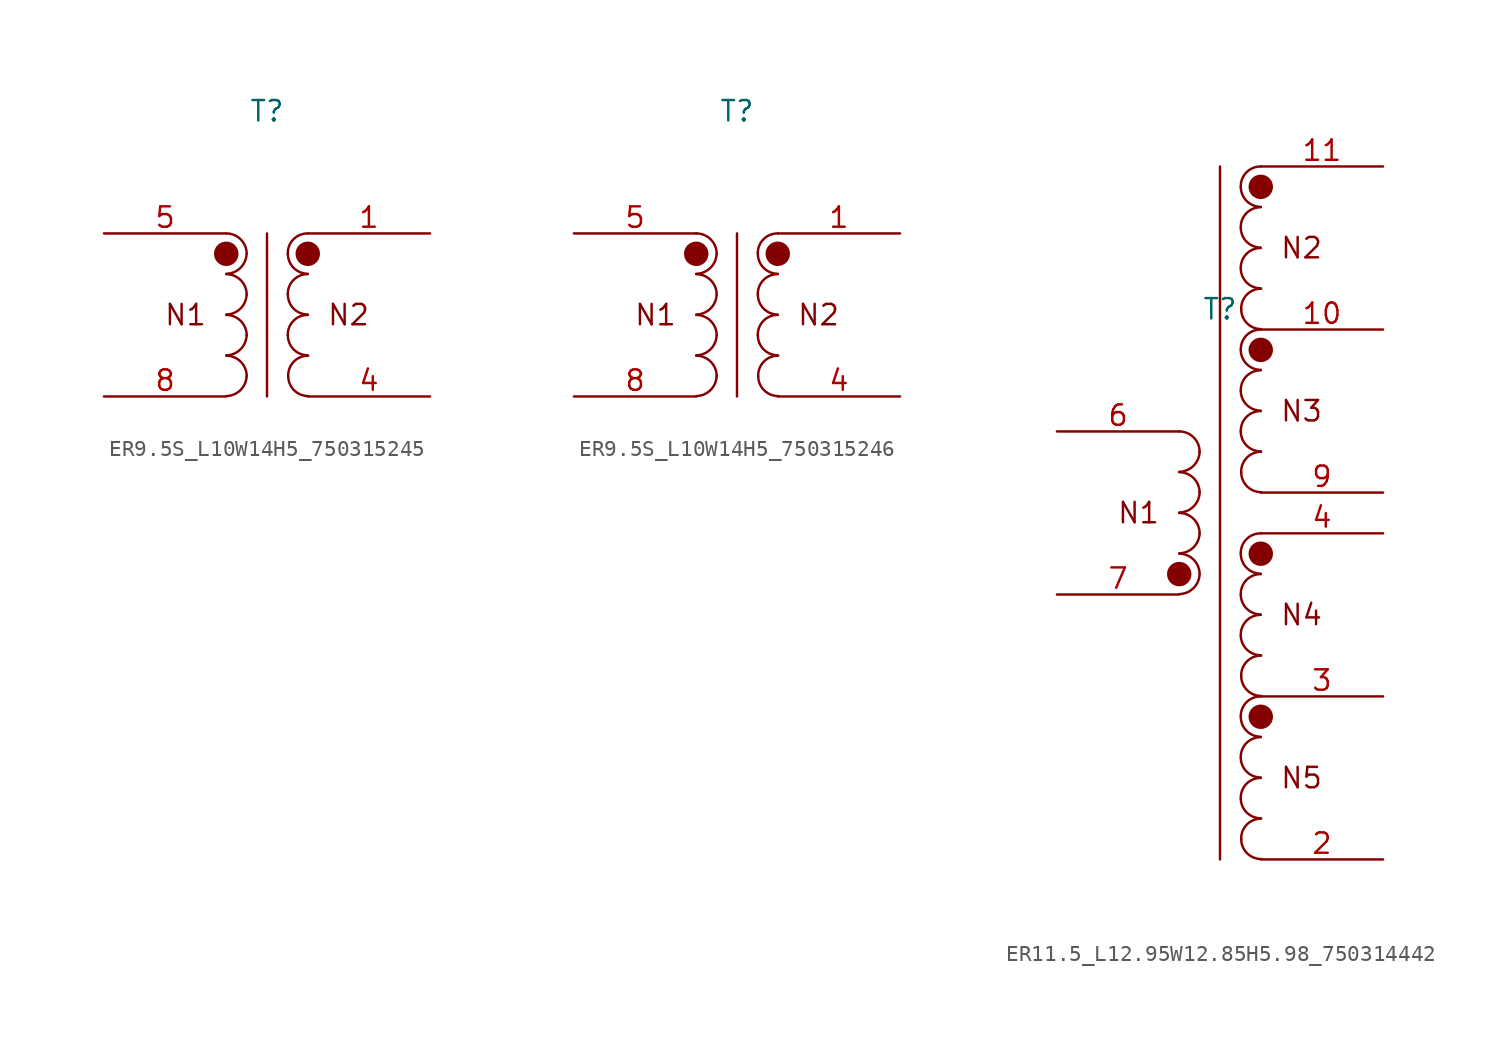
<source format=kicad_sym>
(kicad_symbol_lib
  (version 20220914)
  (generator kicad_symbol_editor)
  (symbol "ER9.5S_L10W14H5_750315245"
    (pin_names hide)
    (property "Reference" "T"
      (at 0 12.7 0)
      (effects (font (size 1.27 1.27))))
    (symbol "ER9.5S_L10W14H5_750315245_0_1"
      (arc (start -2.54 -5.0546) (mid -1.6599 -4.6901) (end -1.27 -3.81) (stroke (width 0) (type default)) (fill (type none)))
      (arc (start -2.54 -2.5146) (mid -1.6599 -2.1501) (end -1.27 -1.27) (stroke (width 0) (type default)) (fill (type none)))
      (arc (start -2.54 0.0254) (mid -1.6599 0.3899) (end -1.27 1.27) (stroke (width 0) (type default)) (fill (type none)))
      (arc (start -2.54 2.5654) (mid -1.6599 2.9299) (end -1.27 3.81) (stroke (width 0) (type default)) (fill (type none)))
      (arc (start -1.27 -3.81) (mid -1.642 -2.912) (end -2.54 -2.54) (stroke (width 0) (type default)) (fill (type none)))
      (arc (start -1.27 -1.27) (mid -1.642 -0.372) (end -2.54 0) (stroke (width 0) (type default)) (fill (type none)))
      (arc (start -1.27 1.27) (mid -1.642 2.168) (end -2.54 2.54) (stroke (width 0) (type default)) (fill (type none)))
      (arc (start -1.27 3.81) (mid -1.642 4.708) (end -2.54 5.08) (stroke (width 0) (type default)) (fill (type none)))
      (polyline (pts (xy 0 5.08) (xy 0 -5.08)) (stroke (width 0) (type default)) (fill (type none)))
      (arc (start 1.2954 -1.27) (mid 1.6599 -2.1501) (end 2.54 -2.5146) (stroke (width 0) (type default)) (fill (type none)))
      (arc (start 1.2954 1.27) (mid 1.6599 0.3899) (end 2.54 0.0254) (stroke (width 0) (type default)) (fill (type none)))
      (arc (start 1.2954 3.81) (mid 1.6599 2.9299) (end 2.54 2.5654) (stroke (width 0) (type default)) (fill (type none)))
      (arc (start 1.3208 -3.81) (mid 1.6853 -4.6901) (end 2.5654 -5.0546) (stroke (width 0) (type default)) (fill (type none)))
      (arc (start 2.54 0) (mid 1.642 -0.372) (end 1.2954 -1.27) (stroke (width 0) (type default)) (fill (type none)))
      (arc (start 2.54 2.54) (mid 1.642 2.168) (end 1.2954 1.27) (stroke (width 0) (type default)) (fill (type none)))
      (arc (start 2.54 5.08) (mid 1.642 4.708) (end 1.2954 3.81) (stroke (width 0) (type default)) (fill (type none)))
      (arc (start 2.5654 -2.54) (mid 1.6674 -2.912) (end 1.3208 -3.81) (stroke (width 0) (type default)) (fill (type none))))
    (symbol "ER9.5S_L10W14H5_750315245_1_1"
      (circle (center -2.54 3.81) (radius 0.0001) (stroke (width 0.762) (type default)) (fill (type none)))
      (circle (center 2.54 3.81) (radius 0.0001) (stroke (width 0.762) (type default)) (fill (type none)))
      (text "N1" (at -5.08 0 0) (effects (font (size 1.27 1.27))))
      (text "N2" (at 5.08 0 0) (effects (font (size 1.27 1.27))))
      (pin passive line (at 10.16 5.08 180) (length 7.62) (name "1" (effects (font (size 1.27 1.27)))) (number "1" (effects (font (size 1.27 1.27)))))
      (pin passive line (at 10.16 -5.08 180) (length 7.62) (name "4" (effects (font (size 1.27 1.27)))) (number "4" (effects (font (size 1.27 1.27)))))
      (pin passive line (at -10.16 5.08 0) (length 7.62) (name "5" (effects (font (size 1.27 1.27)))) (number "5" (effects (font (size 1.27 1.27)))))
      (pin passive line (at -10.16 -5.08 0) (length 7.62) (name "8" (effects (font (size 1.27 1.27)))) (number "8" (effects (font (size 1.27 1.27)))))))
  (symbol "ER9.5S_L10W14H5_750315246"
    (pin_names hide)
    (property "Reference" "T"
      (at 0 12.7 0)
      (effects (font (size 1.27 1.27))))
    (symbol "ER9.5S_L10W14H5_750315246_0_1"
      (arc (start -2.54 -5.0546) (mid -1.6599 -4.6901) (end -1.27 -3.81) (stroke (width 0) (type default)) (fill (type none)))
      (arc (start -2.54 -2.5146) (mid -1.6599 -2.1501) (end -1.27 -1.27) (stroke (width 0) (type default)) (fill (type none)))
      (arc (start -2.54 0.0254) (mid -1.6599 0.3899) (end -1.27 1.27) (stroke (width 0) (type default)) (fill (type none)))
      (arc (start -2.54 2.5654) (mid -1.6599 2.9299) (end -1.27 3.81) (stroke (width 0) (type default)) (fill (type none)))
      (arc (start -1.27 -3.81) (mid -1.642 -2.912) (end -2.54 -2.54) (stroke (width 0) (type default)) (fill (type none)))
      (arc (start -1.27 -1.27) (mid -1.642 -0.372) (end -2.54 0) (stroke (width 0) (type default)) (fill (type none)))
      (arc (start -1.27 1.27) (mid -1.642 2.168) (end -2.54 2.54) (stroke (width 0) (type default)) (fill (type none)))
      (arc (start -1.27 3.81) (mid -1.642 4.708) (end -2.54 5.08) (stroke (width 0) (type default)) (fill (type none)))
      (polyline (pts (xy 0 5.08) (xy 0 -5.08)) (stroke (width 0) (type default)) (fill (type none)))
      (arc (start 1.2954 -1.27) (mid 1.6599 -2.1501) (end 2.54 -2.5146) (stroke (width 0) (type default)) (fill (type none)))
      (arc (start 1.2954 1.27) (mid 1.6599 0.3899) (end 2.54 0.0254) (stroke (width 0) (type default)) (fill (type none)))
      (arc (start 1.2954 3.81) (mid 1.6599 2.9299) (end 2.54 2.5654) (stroke (width 0) (type default)) (fill (type none)))
      (arc (start 1.3208 -3.81) (mid 1.6853 -4.6901) (end 2.5654 -5.0546) (stroke (width 0) (type default)) (fill (type none)))
      (arc (start 2.54 0) (mid 1.642 -0.372) (end 1.2954 -1.27) (stroke (width 0) (type default)) (fill (type none)))
      (arc (start 2.54 2.54) (mid 1.642 2.168) (end 1.2954 1.27) (stroke (width 0) (type default)) (fill (type none)))
      (arc (start 2.54 5.08) (mid 1.642 4.708) (end 1.2954 3.81) (stroke (width 0) (type default)) (fill (type none)))
      (arc (start 2.5654 -2.54) (mid 1.6674 -2.912) (end 1.3208 -3.81) (stroke (width 0) (type default)) (fill (type none))))
    (symbol "ER9.5S_L10W14H5_750315246_1_1"
      (circle (center -2.54 3.81) (radius 0.0001) (stroke (width 0.762) (type default)) (fill (type none)))
      (circle (center 2.54 3.81) (radius 0.0001) (stroke (width 0.762) (type default)) (fill (type none)))
      (text "N1" (at -5.08 0 0) (effects (font (size 1.27 1.27))))
      (text "N2" (at 5.08 0 0) (effects (font (size 1.27 1.27))))
      (pin passive line (at 10.16 5.08 180) (length 7.62) (name "1" (effects (font (size 1.27 1.27)))) (number "1" (effects (font (size 1.27 1.27)))))
      (pin passive line (at 10.16 -5.08 180) (length 7.62) (name "4" (effects (font (size 1.27 1.27)))) (number "4" (effects (font (size 1.27 1.27)))))
      (pin passive line (at -10.16 5.08 0) (length 7.62) (name "5" (effects (font (size 1.27 1.27)))) (number "5" (effects (font (size 1.27 1.27)))))
      (pin passive line (at -10.16 -5.08 0) (length 7.62) (name "8" (effects (font (size 1.27 1.27)))) (number "8" (effects (font (size 1.27 1.27)))))))
  (symbol "ER11.5_L12.95W12.85H5.98_750314442"
    (pin_names hide)
    (property "Reference" "T"
      (at 0 12.7 0)
      (effects (font (size 1.27 1.27))))
    (symbol "ER11.5_L12.95W12.85H5.98_750314442_0_1"
      (arc (start -2.54 -5.0546) (mid -1.6561 -4.6863) (end -1.27 -3.81) (stroke (width 0) (type default)) (fill (type none)))
      (arc (start -2.54 -2.5146) (mid -1.6561 -2.1463) (end -1.27 -1.27) (stroke (width 0) (type default)) (fill (type none)))
      (arc (start -2.54 0.0254) (mid -1.6561 0.3937) (end -1.27 1.27) (stroke (width 0) (type default)) (fill (type none)))
      (arc (start -2.54 2.5654) (mid -1.6561 2.9337) (end -1.27 3.81) (stroke (width 0) (type default)) (fill (type none)))
      (arc (start -1.27 -3.81) (mid -1.642 -2.912) (end -2.54 -2.54) (stroke (width 0) (type default)) (fill (type none)))
      (arc (start -1.27 -1.27) (mid -1.642 -0.372) (end -2.54 0) (stroke (width 0) (type default)) (fill (type none)))
      (arc (start -1.27 1.27) (mid -1.642 2.168) (end -2.54 2.54) (stroke (width 0) (type default)) (fill (type none)))
      (arc (start -1.27 3.81) (mid -1.642 4.708) (end -2.54 5.08) (stroke (width 0) (type default)) (fill (type none)))
      (polyline (pts (xy 0 21.59) (xy 0 -21.59)) (stroke (width 0) (type default)) (fill (type none)))
      (arc (start 1.2954 -17.78) (mid 1.6599 -18.6601) (end 2.54 -19.0246) (stroke (width 0) (type default)) (fill (type none)))
      (arc (start 1.2954 -15.24) (mid 1.6599 -16.1201) (end 2.54 -16.4846) (stroke (width 0) (type default)) (fill (type none)))
      (arc (start 1.2954 -12.7) (mid 1.6599 -13.5801) (end 2.54 -13.9446) (stroke (width 0) (type default)) (fill (type none)))
      (arc (start 1.2954 -7.62) (mid 1.6599 -8.5001) (end 2.54 -8.8646) (stroke (width 0) (type default)) (fill (type none)))
      (arc (start 1.2954 -5.08) (mid 1.6599 -5.9601) (end 2.54 -6.3246) (stroke (width 0) (type default)) (fill (type none)))
      (arc (start 1.2954 -2.54) (mid 1.6599 -3.4201) (end 2.54 -3.7846) (stroke (width 0) (type default)) (fill (type none)))
      (arc (start 1.2954 5.08) (mid 1.6599 4.1999) (end 2.54 3.8354) (stroke (width 0) (type default)) (fill (type none)))
      (arc (start 1.2954 7.62) (mid 1.6599 6.7399) (end 2.54 6.3754) (stroke (width 0) (type default)) (fill (type none)))
      (arc (start 1.2954 10.16) (mid 1.6599 9.2799) (end 2.54 8.9154) (stroke (width 0) (type default)) (fill (type none)))
      (arc (start 1.2954 15.24) (mid 1.6599 14.3599) (end 2.54 13.9954) (stroke (width 0) (type default)) (fill (type none)))
      (arc (start 1.2954 17.78) (mid 1.6599 16.8999) (end 2.54 16.5354) (stroke (width 0) (type default)) (fill (type none)))
      (arc (start 1.2954 20.32) (mid 1.6599 19.4399) (end 2.54 19.0754) (stroke (width 0) (type default)) (fill (type none)))
      (arc (start 1.3208 -20.32) (mid 1.6855 -21.1999) (end 2.5654 -21.5646) (stroke (width 0) (type default)) (fill (type none)))
      (arc (start 1.3208 -10.16) (mid 1.6855 -11.0399) (end 2.5654 -11.4046) (stroke (width 0) (type default)) (fill (type none)))
      (arc (start 1.3208 2.54) (mid 1.6854 1.6601) (end 2.5654 1.2954) (stroke (width 0) (type default)) (fill (type none)))
      (arc (start 1.3208 12.7) (mid 1.6854 11.8201) (end 2.5654 11.4554) (stroke (width 0) (type default)) (fill (type none)))
      (arc (start 2.54 -16.51) (mid 1.6458 -16.8785) (end 1.2954 -17.78) (stroke (width 0) (type default)) (fill (type none)))
      (arc (start 2.54 -13.97) (mid 1.6458 -14.3385) (end 1.2954 -15.24) (stroke (width 0) (type default)) (fill (type none)))
      (arc (start 2.54 -11.43) (mid 1.6458 -11.7985) (end 1.2954 -12.7) (stroke (width 0) (type default)) (fill (type none)))
      (arc (start 2.54 -6.35) (mid 1.6458 -6.7185) (end 1.2954 -7.62) (stroke (width 0) (type default)) (fill (type none)))
      (arc (start 2.54 -3.81) (mid 1.6458 -4.1785) (end 1.2954 -5.08) (stroke (width 0) (type default)) (fill (type none)))
      (arc (start 2.54 -1.27) (mid 1.6458 -1.6385) (end 1.2954 -2.54) (stroke (width 0) (type default)) (fill (type none)))
      (arc (start 2.54 6.35) (mid 1.6458 5.9815) (end 1.2954 5.08) (stroke (width 0) (type default)) (fill (type none)))
      (arc (start 2.54 8.89) (mid 1.6458 8.5215) (end 1.2954 7.62) (stroke (width 0) (type default)) (fill (type none)))
      (arc (start 2.54 11.43) (mid 1.6458 11.0615) (end 1.2954 10.16) (stroke (width 0) (type default)) (fill (type none)))
      (arc (start 2.54 16.51) (mid 1.6458 16.1415) (end 1.2954 15.24) (stroke (width 0) (type default)) (fill (type none)))
      (arc (start 2.54 19.05) (mid 1.6458 18.6815) (end 1.2954 17.78) (stroke (width 0) (type default)) (fill (type none)))
      (arc (start 2.54 21.59) (mid 1.6458 21.2215) (end 1.2954 20.32) (stroke (width 0) (type default)) (fill (type none)))
      (arc (start 2.5654 -19.05) (mid 1.6709 -19.4183) (end 1.3208 -20.32) (stroke (width 0) (type default)) (fill (type none)))
      (arc (start 2.5654 -8.89) (mid 1.6709 -9.2583) (end 1.3208 -10.16) (stroke (width 0) (type default)) (fill (type none)))
      (arc (start 2.5654 3.81) (mid 1.6709 3.4417) (end 1.3208 2.54) (stroke (width 0) (type default)) (fill (type none)))
      (arc (start 2.5654 13.97) (mid 1.6709 13.6017) (end 1.3208 12.7) (stroke (width 0) (type default)) (fill (type none))))
    (symbol "ER11.5_L12.95W12.85H5.98_750314442_1_1"
      (circle (center -2.54 -3.81) (radius 0.0001) (stroke (width 0.762) (type default)) (fill (type none)))
      (circle (center 2.54 -12.7) (radius 0.0001) (stroke (width 0.762) (type default)) (fill (type none)))
      (circle (center 2.54 -2.54) (radius 0.0001) (stroke (width 0.762) (type default)) (fill (type none)))
      (circle (center 2.54 10.16) (radius 0.0001) (stroke (width 0.762) (type default)) (fill (type none)))
      (circle (center 2.54 20.32) (radius 0.0001) (stroke (width 0.762) (type default)) (fill (type none)))
      (text "N1" (at -5.08 0 0) (effects (font (size 1.27 1.27))))
      (text "N2" (at 5.08 16.51 0) (effects (font (size 1.27 1.27))))
      (text "N3" (at 5.08 6.35 0) (effects (font (size 1.27 1.27))))
      (text "N4" (at 5.08 -6.35 0) (effects (font (size 1.27 1.27))))
      (text "N5" (at 5.08 -16.51 0) (effects (font (size 1.27 1.27))))
      (pin passive line (at 10.16 11.43 180) (length 7.62) (name "10" (effects (font (size 1.27 1.27)))) (number "10" (effects (font (size 1.27 1.27)))))
      (pin passive line (at 10.16 21.59 180) (length 7.62) (name "11" (effects (font (size 1.27 1.27)))) (number "11" (effects (font (size 1.27 1.27)))))
      (pin passive line (at 10.16 -21.59 180) (length 7.62) (name "2" (effects (font (size 1.27 1.27)))) (number "2" (effects (font (size 1.27 1.27)))))
      (pin passive line (at 10.16 -11.43 180) (length 7.62) (name "3" (effects (font (size 1.27 1.27)))) (number "3" (effects (font (size 1.27 1.27)))))
      (pin passive line (at 10.16 -1.27 180) (length 7.62) (name "4" (effects (font (size 1.27 1.27)))) (number "4" (effects (font (size 1.27 1.27)))))
      (pin passive line (at -10.16 5.08 0) (length 7.62) (name "6" (effects (font (size 1.27 1.27)))) (number "6" (effects (font (size 1.27 1.27)))))
      (pin passive line (at -10.16 -5.08 0) (length 7.62) (name "7" (effects (font (size 1.27 1.27)))) (number "7" (effects (font (size 1.27 1.27)))))
      (pin passive line (at 10.16 1.27 180) (length 7.62) (name "9" (effects (font (size 1.27 1.27)))) (number "9" (effects (font (size 1.27 1.27))))))))
</source>
